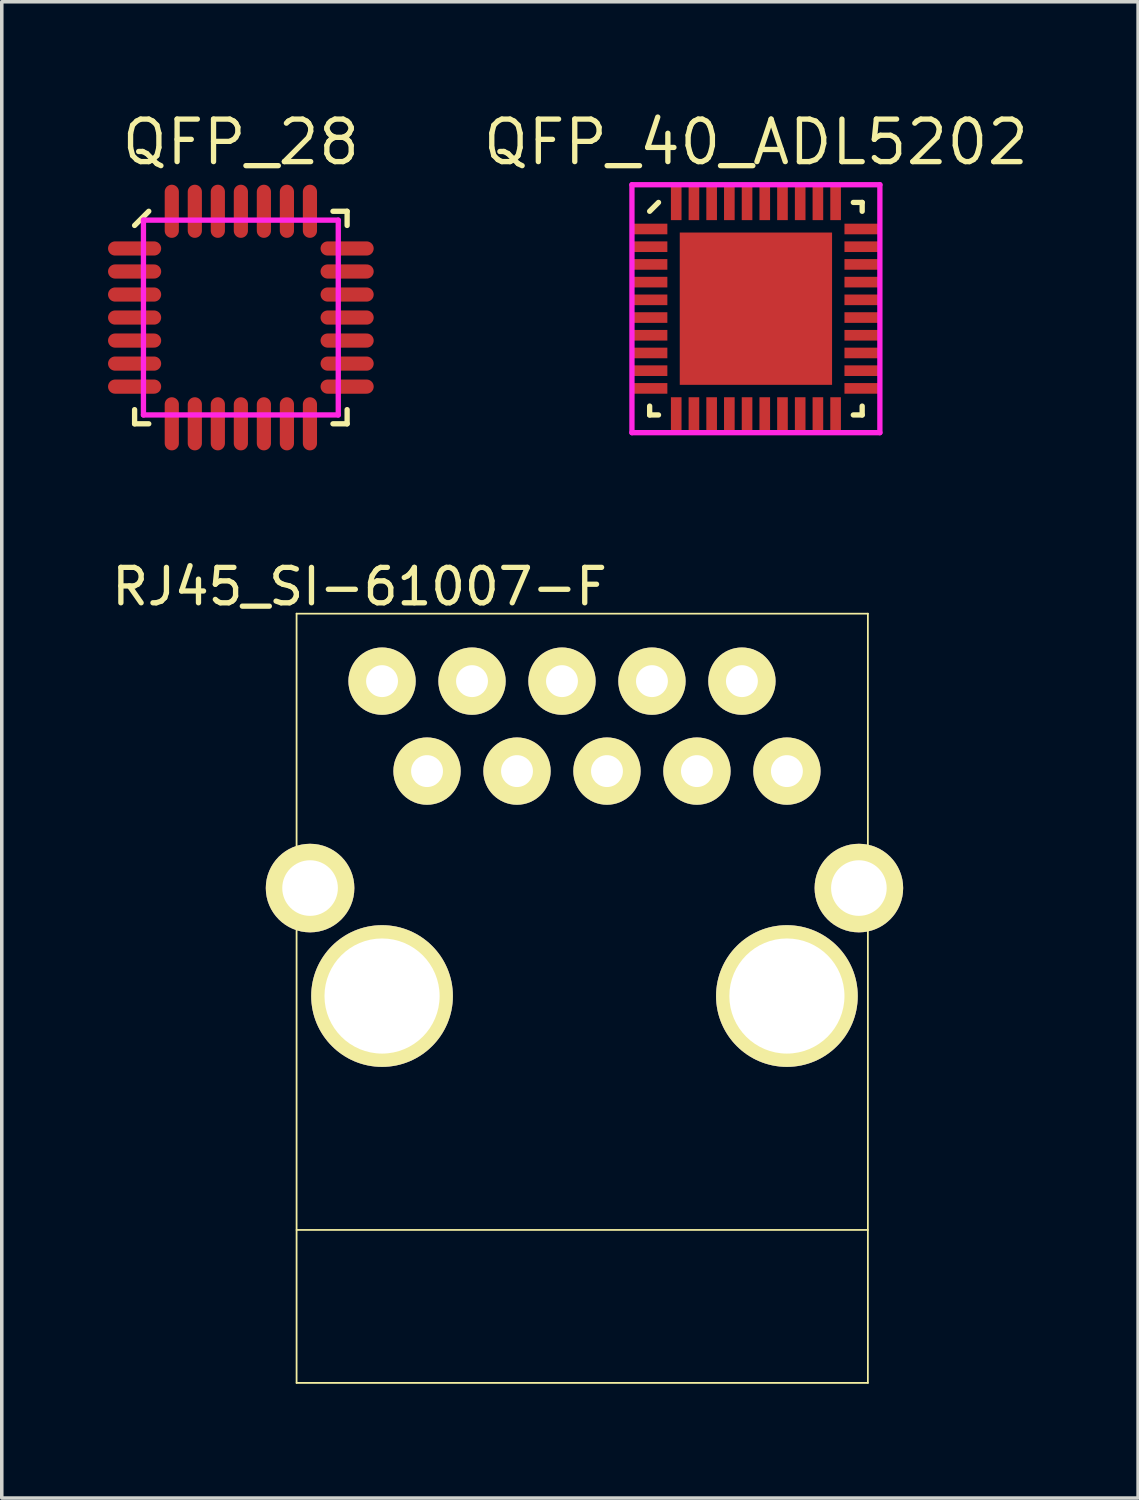
<source format=kicad_pcb>
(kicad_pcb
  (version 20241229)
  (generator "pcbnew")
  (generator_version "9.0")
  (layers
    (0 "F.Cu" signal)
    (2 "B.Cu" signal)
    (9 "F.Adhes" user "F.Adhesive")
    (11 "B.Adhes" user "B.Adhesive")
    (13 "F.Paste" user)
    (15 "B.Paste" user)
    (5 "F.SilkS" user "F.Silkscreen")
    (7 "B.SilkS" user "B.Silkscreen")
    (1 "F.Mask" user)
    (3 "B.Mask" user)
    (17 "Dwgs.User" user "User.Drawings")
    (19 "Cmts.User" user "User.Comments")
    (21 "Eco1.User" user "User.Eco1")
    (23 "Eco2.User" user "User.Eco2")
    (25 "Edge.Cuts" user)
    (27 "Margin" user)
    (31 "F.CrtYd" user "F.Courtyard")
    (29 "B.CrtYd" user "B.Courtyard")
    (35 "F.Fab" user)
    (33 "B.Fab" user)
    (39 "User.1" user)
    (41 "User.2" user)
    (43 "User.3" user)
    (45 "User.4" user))
  (footprint "RJ45_SI-61007-F"
    (layer "F.Cu")
    (at 5.323 35.992)
    (property "Reference" "RJ45_SI-61007-F" (at 1.778 -22.479 0) (layer "F.SilkS") (effects (font (size 1 1) (thickness 0.15))))
    (attr through_hole)
    (fp_line (start 0 -21.717) (end 0 0) (stroke (width 0.05) (type solid)) (layer "F.SilkS"))
    (fp_line (start 0 -4.318) (end 16.129 -4.318) (stroke (width 0.05) (type solid)) (layer "F.SilkS"))
    (fp_line (start 0 0) (end 16.129 0) (stroke (width 0.05) (type solid)) (layer "F.SilkS"))
    (fp_line (start 16.129 -21.717) (end 0 -21.717) (stroke (width 0.05) (type solid)) (layer "F.SilkS"))
    (fp_line (start 16.129 -21.717) (end 16.129 0) (stroke (width 0.05) (type solid)) (layer "F.SilkS"))
    (pad "1" thru_hole circle (at 0.381 -13.97) (size 2.5 2.5) (drill 1.57) (layers "*.Cu" "*.Mask" "F.SilkS"))
    (pad "1" thru_hole circle (at 2.413 -19.812) (size 1.9 1.9) (drill 0.9) (layers "*.Cu" "*.Mask" "F.SilkS"))
    (pad "1" thru_hole circle (at 2.413 -10.922) (size 4 4) (drill 3.25) (layers "*.Cu" "*.Mask" "F.SilkS"))
    (pad "1" thru_hole circle (at 13.843 -10.922) (size 4 4) (drill 3.25) (layers "*.Cu" "*.Mask" "F.SilkS"))
    (pad "1" thru_hole circle (at 13.843 -10.668) (size 2.5 2.5) (drill 1.57) (layers "*.Cu" "*.Mask" "F.SilkS"))
    (pad "1" thru_hole circle (at 15.875 -13.97) (size 2.5 2.5) (drill 1.57) (layers "*.Cu" "*.Mask" "F.SilkS"))
    (pad "2" thru_hole circle (at 3.683 -17.272) (size 1.9 1.9) (drill 0.9) (layers "*.Cu" "*.Mask" "F.SilkS"))
    (pad "3" thru_hole circle (at 4.953 -19.812) (size 1.9 1.9) (drill 0.9) (layers "*.Cu" "*.Mask" "F.SilkS"))
    (pad "4" thru_hole circle (at 6.223 -17.272) (size 1.9 1.9) (drill 0.9) (layers "*.Cu" "*.Mask" "F.SilkS"))
    (pad "5" thru_hole circle (at 7.493 -19.812) (size 1.9 1.9) (drill 0.9) (layers "*.Cu" "*.Mask" "F.SilkS"))
    (pad "6" thru_hole circle (at 8.763 -17.272) (size 1.9 1.9) (drill 0.9) (layers "*.Cu" "*.Mask" "F.SilkS"))
    (pad "7" thru_hole circle (at 10.033 -19.812) (size 1.9 1.9) (drill 0.9) (layers "*.Cu" "*.Mask" "F.SilkS"))
    (pad "8" thru_hole circle (at 11.303 -17.272) (size 1.9 1.9) (drill 0.9) (layers "*.Cu" "*.Mask" "F.SilkS"))
    (pad "9" thru_hole circle (at 12.573 -19.812) (size 1.9 1.9) (drill 0.9) (layers "*.Cu" "*.Mask" "F.SilkS"))
    (pad "10" thru_hole circle (at 13.843 -17.272) (size 1.9 1.9) (drill 0.9) (layers "*.Cu" "*.Mask" "F.SilkS")))
  (footprint "QFP_40_ADL5202"
    (layer "F.Cu")
    (at 18.291 5.665)
    (property "Reference" "QFP_40_ADL5202" (at 0 -4.7 0) (layer "F.SilkS") (effects (font (size 1.2 1.2) (thickness 0.15))))
    (attr through_hole)
    (fp_line (start -3 -2.75) (end -2.75 -3) (stroke (width 0.15) (type solid)) (layer "F.SilkS"))
    (fp_line (start -3 3) (end -3 2.75) (stroke (width 0.15) (type solid)) (layer "F.SilkS"))
    (fp_line (start -2.75 3) (end -3 3) (stroke (width 0.15) (type solid)) (layer "F.SilkS"))
    (fp_line (start 2.75 -3) (end 3 -3) (stroke (width 0.15) (type solid)) (layer "F.SilkS"))
    (fp_line (start 2.75 3) (end 3 3) (stroke (width 0.15) (type solid)) (layer "F.SilkS"))
    (fp_line (start 3 -3) (end 3 -2.75) (stroke (width 0.15) (type solid)) (layer "F.SilkS"))
    (fp_line (start 3 3) (end 3 2.75) (stroke (width 0.15) (type solid)) (layer "F.SilkS"))
    (fp_line (start -3.5 -3.5) (end 3.5 -3.5) (stroke (width 0.15) (type solid)) (layer "F.CrtYd"))
    (fp_line (start -3.5 3.5) (end -3.5 -3.5) (stroke (width 0.15) (type solid)) (layer "F.CrtYd"))
    (fp_line (start 3.5 -3.5) (end 3.5 3.5) (stroke (width 0.15) (type solid)) (layer "F.CrtYd"))
    (fp_line (start 3.5 3.5) (end -3.5 3.5) (stroke (width 0.15) (type solid)) (layer "F.CrtYd"))
    (pad "1" smd rect (at -3 -2.25 90) (size 0.3 1) (layers "F.Cu" "F.Mask" "F.Paste"))
    (pad "2" smd rect (at -3 -1.75 90) (size 0.3 1) (layers "F.Cu" "F.Mask" "F.Paste"))
    (pad "3" smd rect (at -3 -1.25 90) (size 0.3 1) (layers "F.Cu" "F.Mask" "F.Paste"))
    (pad "4" smd rect (at -3 -0.75 90) (size 0.3 1) (layers "F.Cu" "F.Mask" "F.Paste"))
    (pad "5" smd rect (at -3 -0.25 90) (size 0.3 1) (layers "F.Cu" "F.Mask" "F.Paste"))
    (pad "6" smd rect (at -3 0.25 90) (size 0.3 1) (layers "F.Cu" "F.Mask" "F.Paste"))
    (pad "7" smd rect (at -3 0.75 90) (size 0.3 1) (layers "F.Cu" "F.Mask" "F.Paste"))
    (pad "8" smd rect (at -3 1.25 90) (size 0.3 1) (layers "F.Cu" "F.Mask" "F.Paste"))
    (pad "9" smd rect (at -3 1.75 90) (size 0.3 1) (layers "F.Cu" "F.Mask" "F.Paste"))
    (pad "10" smd rect (at -3 2.25 90) (size 0.3 1) (layers "F.Cu" "F.Mask" "F.Paste"))
    (pad "11" smd rect (at -2.25 3) (size 0.3 1) (layers "F.Cu" "F.Mask" "F.Paste"))
    (pad "12" smd rect (at -1.75 3) (size 0.3 1) (layers "F.Cu" "F.Mask" "F.Paste"))
    (pad "13" smd rect (at -1.25 3) (size 0.3 1) (layers "F.Cu" "F.Mask" "F.Paste"))
    (pad "14" smd rect (at -0.75 3) (size 0.3 1) (layers "F.Cu" "F.Mask" "F.Paste"))
    (pad "15" smd rect (at -0.25 3) (size 0.3 1) (layers "F.Cu" "F.Mask" "F.Paste"))
    (pad "16" smd rect (at 0.25 3) (size 0.3 1) (layers "F.Cu" "F.Mask" "F.Paste"))
    (pad "17" smd rect (at 0.75 3) (size 0.3 1) (layers "F.Cu" "F.Mask" "F.Paste"))
    (pad "18" smd rect (at 1.25 3) (size 0.3 1) (layers "F.Cu" "F.Mask" "F.Paste"))
    (pad "19" smd rect (at 1.75 3) (size 0.3 1) (layers "F.Cu" "F.Mask" "F.Paste"))
    (pad "20" smd rect (at 2.25 3) (size 0.3 1) (layers "F.Cu" "F.Mask" "F.Paste"))
    (pad "21" smd rect (at 3 2.25 90) (size 0.3 1) (layers "F.Cu" "F.Mask" "F.Paste"))
    (pad "22" smd rect (at 3 1.75 90) (size 0.3 1) (layers "F.Cu" "F.Mask" "F.Paste"))
    (pad "23" smd rect (at 3 1.25 90) (size 0.3 1) (layers "F.Cu" "F.Mask" "F.Paste"))
    (pad "24" smd rect (at 3 0.75 90) (size 0.3 1) (layers "F.Cu" "F.Mask" "F.Paste"))
    (pad "25" smd rect (at 3 0.25 90) (size 0.3 1) (layers "F.Cu" "F.Mask" "F.Paste"))
    (pad "26" smd rect (at 3 -0.25 90) (size 0.3 1) (layers "F.Cu" "F.Mask" "F.Paste"))
    (pad "27" smd rect (at 3 -0.75 90) (size 0.3 1) (layers "F.Cu" "F.Mask" "F.Paste"))
    (pad "28" smd rect (at 3 -1.25 90) (size 0.3 1) (layers "F.Cu" "F.Mask" "F.Paste"))
    (pad "29" smd rect (at 3 -1.75 90) (size 0.3 1) (layers "F.Cu" "F.Mask" "F.Paste"))
    (pad "30" smd rect (at 3 -2.25 90) (size 0.3 1) (layers "F.Cu" "F.Mask" "F.Paste"))
    (pad "31" smd rect (at 2.25 -3) (size 0.3 1) (layers "F.Cu" "F.Mask" "F.Paste"))
    (pad "32" smd rect (at 1.75 -3) (size 0.3 1) (layers "F.Cu" "F.Mask" "F.Paste"))
    (pad "33" smd rect (at 1.25 -3) (size 0.3 1) (layers "F.Cu" "F.Mask" "F.Paste"))
    (pad "34" smd rect (at 0.75 -3) (size 0.3 1) (layers "F.Cu" "F.Mask" "F.Paste"))
    (pad "35" smd rect (at 0.25 -3) (size 0.3 1) (layers "F.Cu" "F.Mask" "F.Paste"))
    (pad "36" smd rect (at -0.25 -3) (size 0.3 1) (layers "F.Cu" "F.Mask" "F.Paste"))
    (pad "37" smd rect (at -0.75 -3) (size 0.3 1) (layers "F.Cu" "F.Mask" "F.Paste"))
    (pad "38" smd rect (at -1.25 -3) (size 0.3 1) (layers "F.Cu" "F.Mask" "F.Paste"))
    (pad "39" smd rect (at -1.75 -3) (size 0.3 1) (layers "F.Cu" "F.Mask" "F.Paste"))
    (pad "40" smd rect (at -2.25 -3) (size 0.3 1) (layers "F.Cu" "F.Mask" "F.Paste"))
    (pad "EP" smd rect (at 0 0) (size 4.3 4.3) (layers "F.Cu" "F.Mask" "F.Paste")))
  (footprint "QFP_28"
    (layer "F.Cu")
    (at 3.75 5.915)
    (property "Reference" "QFP_28" (at 0 -4.95 0) (layer "F.SilkS") (effects (font (size 1.2 1.2) (thickness 0.15))))
    (attr through_hole)
    (fp_line (start -3 -2.6) (end -2.6 -3) (stroke (width 0.15) (type solid)) (layer "F.SilkS"))
    (fp_line (start -3 3) (end -3 2.6) (stroke (width 0.15) (type solid)) (layer "F.SilkS"))
    (fp_line (start -2.6 3) (end -3 3) (stroke (width 0.15) (type solid)) (layer "F.SilkS"))
    (fp_line (start 2.6 -3) (end 3 -3) (stroke (width 0.15) (type solid)) (layer "F.SilkS"))
    (fp_line (start 2.6 3) (end 3 3) (stroke (width 0.15) (type solid)) (layer "F.SilkS"))
    (fp_line (start 3 -3) (end 3 -2.6) (stroke (width 0.15) (type solid)) (layer "F.SilkS"))
    (fp_line (start 3 3) (end 3 2.6) (stroke (width 0.15) (type solid)) (layer "F.SilkS"))
    (fp_line (start -2.75 -2.75) (end 2.75 -2.75) (stroke (width 0.15) (type solid)) (layer "F.CrtYd"))
    (fp_line (start -2.75 2.75) (end -2.75 -2.75) (stroke (width 0.15) (type solid)) (layer "F.CrtYd"))
    (fp_line (start 2.75 -2.75) (end 2.75 2.75) (stroke (width 0.15) (type solid)) (layer "F.CrtYd"))
    (fp_line (start 2.75 2.75) (end -2.75 2.75) (stroke (width 0.15) (type solid)) (layer "F.CrtYd"))
    (pad "1" smd oval (at -3 -1.95 90) (size 0.4 1.5) (layers "F.Cu" "F.Mask" "F.Paste"))
    (pad "2" smd oval (at -3 -1.3 90) (size 0.4 1.5) (layers "F.Cu" "F.Mask" "F.Paste"))
    (pad "3" smd oval (at -3 -0.65 90) (size 0.4 1.5) (layers "F.Cu" "F.Mask" "F.Paste"))
    (pad "4" smd oval (at -3 0 90) (size 0.4 1.5) (layers "F.Cu" "F.Mask" "F.Paste"))
    (pad "5" smd oval (at -3 0.65 90) (size 0.4 1.5) (layers "F.Cu" "F.Mask" "F.Paste"))
    (pad "6" smd oval (at -3 1.3 90) (size 0.4 1.5) (layers "F.Cu" "F.Mask" "F.Paste"))
    (pad "7" smd oval (at -3 1.95 90) (size 0.4 1.5) (layers "F.Cu" "F.Mask" "F.Paste"))
    (pad "8" smd oval (at -1.95 3) (size 0.4 1.5) (layers "F.Cu" "F.Mask" "F.Paste"))
    (pad "9" smd oval (at -1.3 3) (size 0.4 1.5) (layers "F.Cu" "F.Mask" "F.Paste"))
    (pad "10" smd oval (at -0.65 3) (size 0.4 1.5) (layers "F.Cu" "F.Mask" "F.Paste"))
    (pad "11" smd oval (at 0 3) (size 0.4 1.5) (layers "F.Cu" "F.Mask" "F.Paste"))
    (pad "12" smd oval (at 0.65 3) (size 0.4 1.5) (layers "F.Cu" "F.Mask" "F.Paste"))
    (pad "13" smd oval (at 1.3 3) (size 0.4 1.5) (layers "F.Cu" "F.Mask" "F.Paste"))
    (pad "14" smd oval (at 1.95 3) (size 0.4 1.5) (layers "F.Cu" "F.Mask" "F.Paste"))
    (pad "15" smd oval (at 3 1.95 90) (size 0.4 1.5) (layers "F.Cu" "F.Mask" "F.Paste"))
    (pad "16" smd oval (at 3 1.3 90) (size 0.4 1.5) (layers "F.Cu" "F.Mask" "F.Paste"))
    (pad "17" smd oval (at 3 0.65 90) (size 0.4 1.5) (layers "F.Cu" "F.Mask" "F.Paste"))
    (pad "18" smd oval (at 3 0 90) (size 0.4 1.5) (layers "F.Cu" "F.Mask" "F.Paste"))
    (pad "19" smd oval (at 3 -0.65 90) (size 0.4 1.5) (layers "F.Cu" "F.Mask" "F.Paste"))
    (pad "20" smd oval (at 3 -1.3 90) (size 0.4 1.5) (layers "F.Cu" "F.Mask" "F.Paste"))
    (pad "21" smd oval (at 3 -1.95 90) (size 0.4 1.5) (layers "F.Cu" "F.Mask" "F.Paste"))
    (pad "22" smd oval (at 1.95 -3) (size 0.4 1.5) (layers "F.Cu" "F.Mask" "F.Paste"))
    (pad "23" smd oval (at 1.3 -3) (size 0.4 1.5) (layers "F.Cu" "F.Mask" "F.Paste"))
    (pad "24" smd oval (at 0.65 -3) (size 0.4 1.5) (layers "F.Cu" "F.Mask" "F.Paste"))
    (pad "25" smd oval (at 0 -3) (size 0.4 1.5) (layers "F.Cu" "F.Mask" "F.Paste"))
    (pad "26" smd oval (at -0.65 -3) (size 0.4 1.5) (layers "F.Cu" "F.Mask" "F.Paste"))
    (pad "27" smd oval (at -1.3 -3) (size 0.4 1.5) (layers "F.Cu" "F.Mask" "F.Paste"))
    (pad "28" smd oval (at -1.95 -3) (size 0.4 1.5) (layers "F.Cu" "F.Mask" "F.Paste")))
  (gr_rect
    (start -3 -3)
    (end 29.081 39.242)
    (stroke (width 0.1) (type default))
    (fill no)
    (layer "Edge.Cuts")))
</source>
